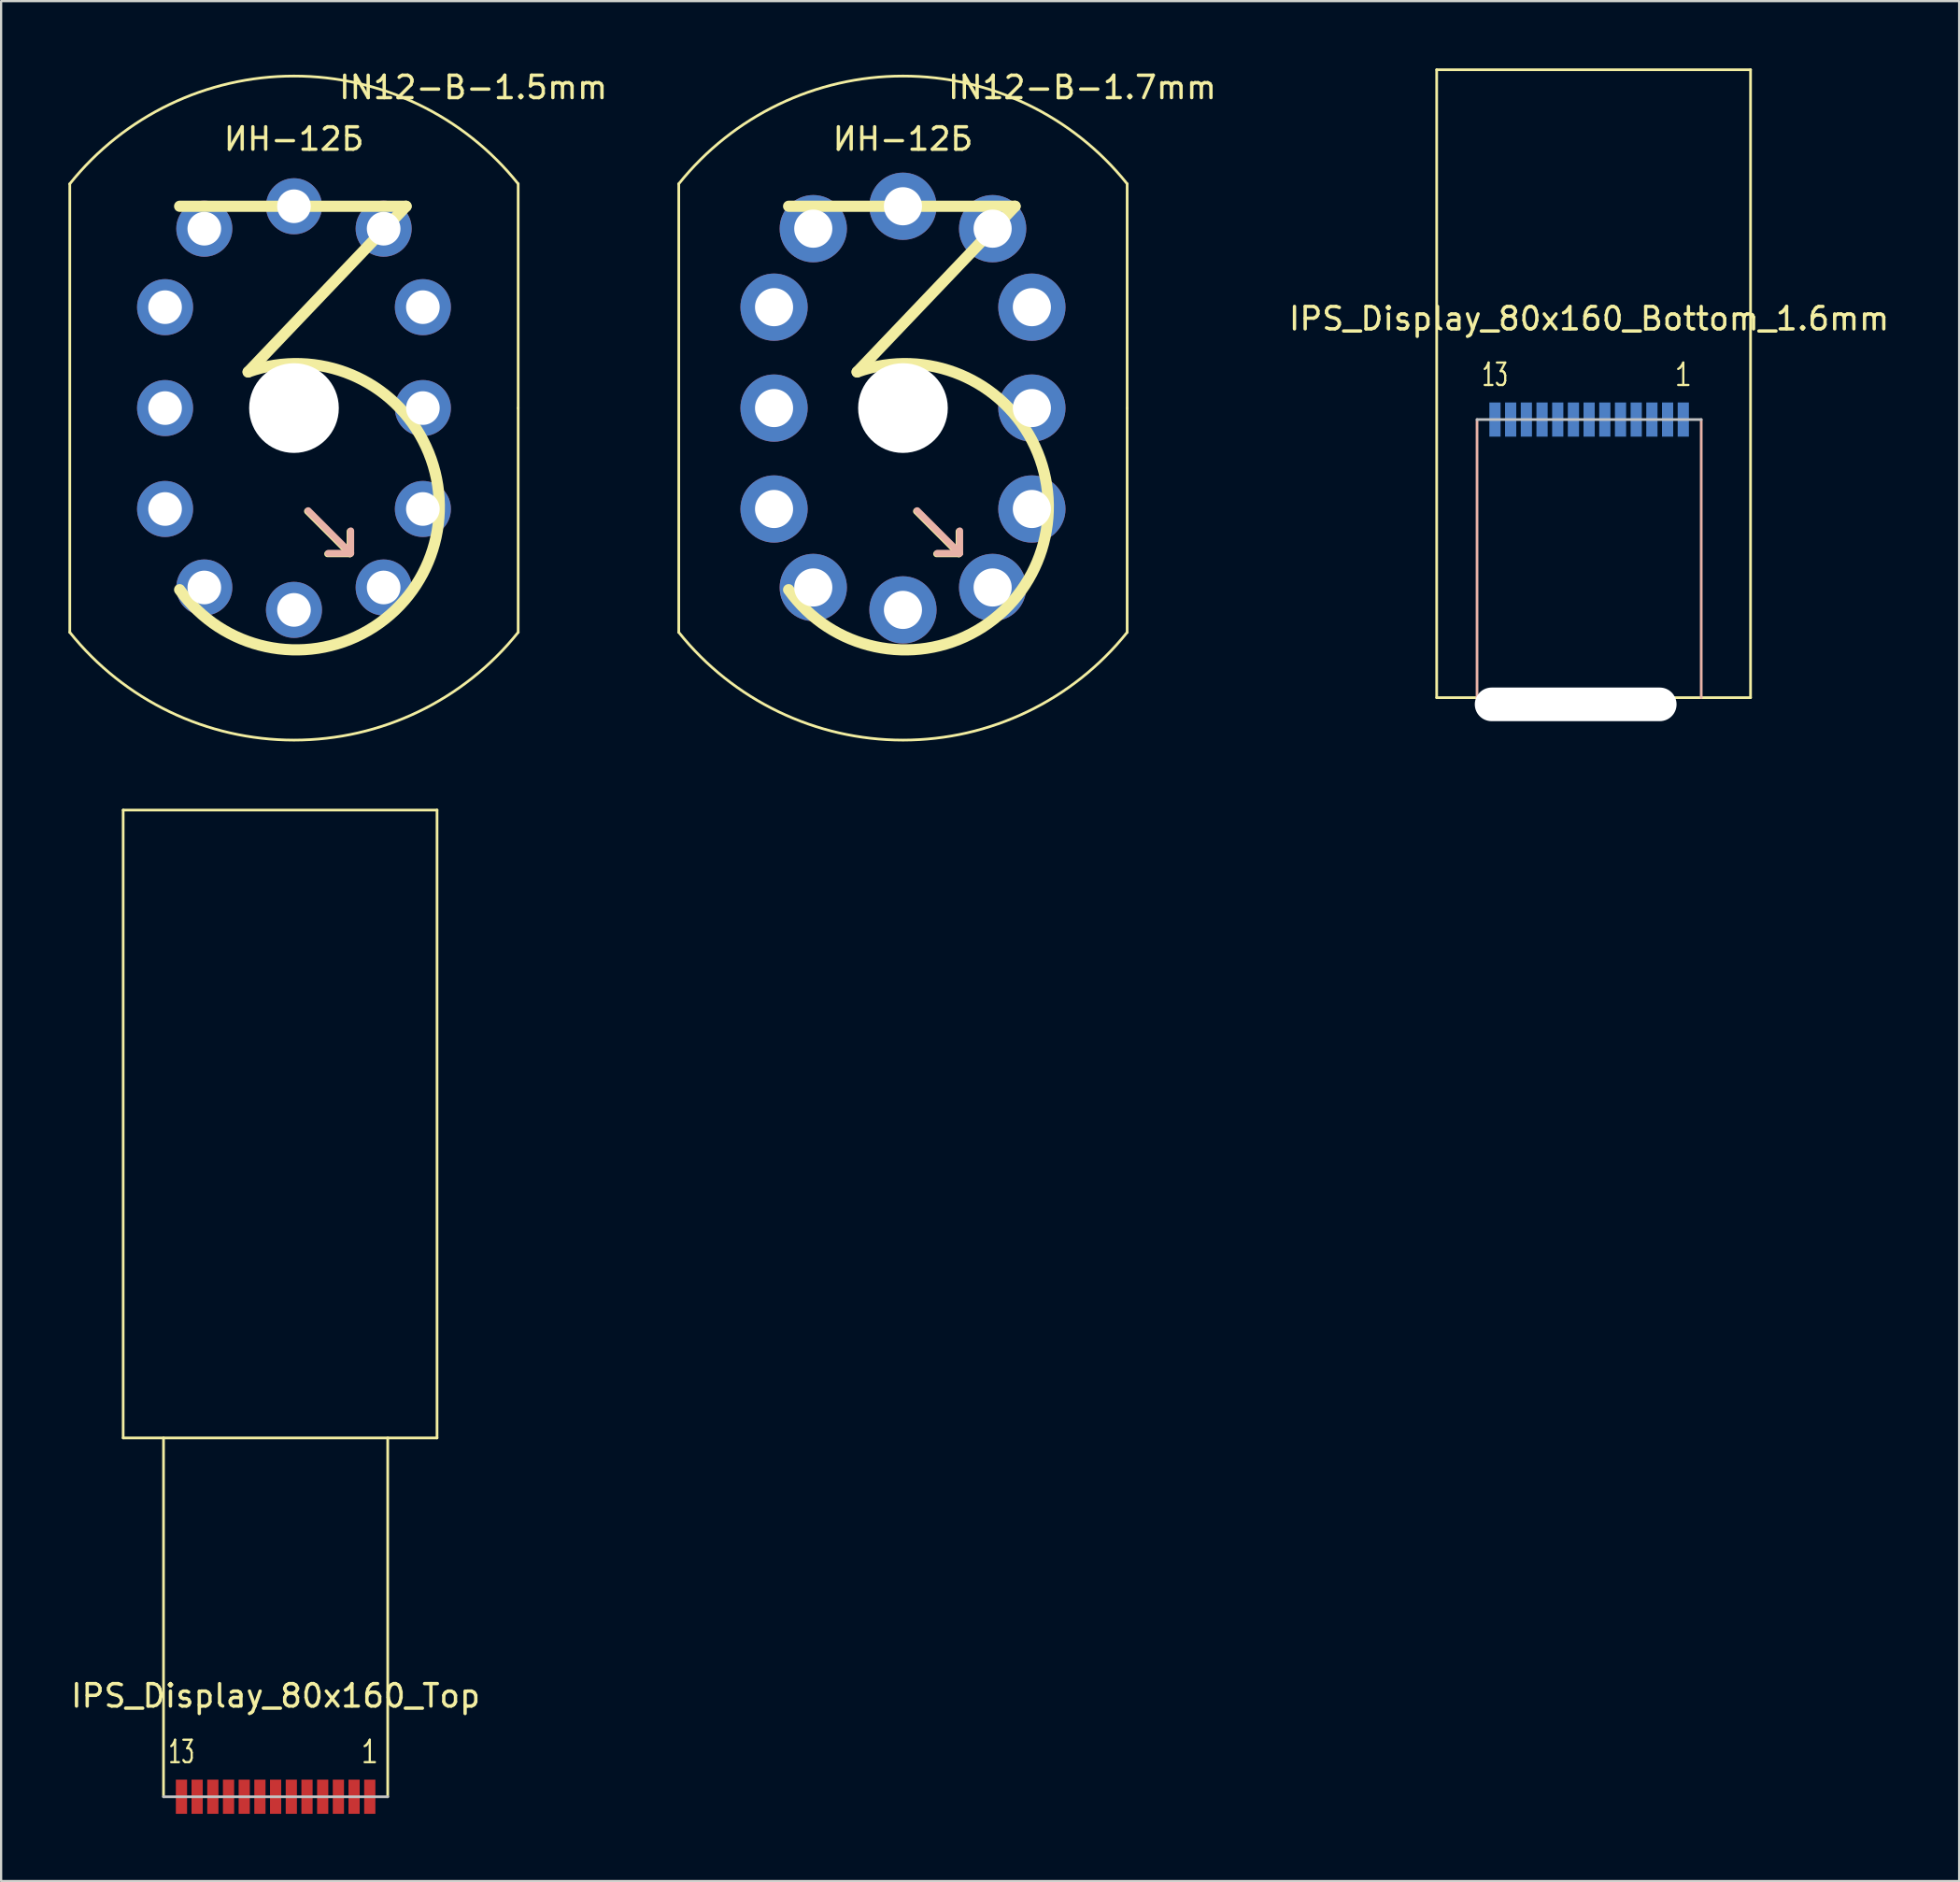
<source format=kicad_pcb>
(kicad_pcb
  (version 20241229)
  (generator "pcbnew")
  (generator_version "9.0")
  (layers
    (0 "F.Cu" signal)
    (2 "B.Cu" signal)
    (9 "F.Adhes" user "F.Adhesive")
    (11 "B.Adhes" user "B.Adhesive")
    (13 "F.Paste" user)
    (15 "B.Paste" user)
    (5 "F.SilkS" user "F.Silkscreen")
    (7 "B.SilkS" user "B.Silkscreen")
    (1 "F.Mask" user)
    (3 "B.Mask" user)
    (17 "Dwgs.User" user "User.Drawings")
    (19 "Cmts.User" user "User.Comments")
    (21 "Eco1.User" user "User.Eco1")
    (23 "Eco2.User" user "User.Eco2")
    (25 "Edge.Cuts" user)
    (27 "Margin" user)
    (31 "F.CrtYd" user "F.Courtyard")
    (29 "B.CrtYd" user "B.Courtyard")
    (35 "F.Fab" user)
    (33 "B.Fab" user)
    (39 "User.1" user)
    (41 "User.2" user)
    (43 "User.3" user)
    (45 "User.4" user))
  (footprint "IPS_Display_80x160_Bottom_1.6mm"
    (layer "F.Cu")
    (at 72.034 15.66)
    (property "Reference" "IPS_Display_80x160_Bottom_1.6mm" (at -4.2 -4.5 0) (layer "F.SilkS") (effects (font (size 1 1) (thickness 0.15))))
    (attr through_hole)
    (fp_line (start -11 -15.6) (end 3 -15.6) (stroke (width 0.12) (type solid)) (layer "F.SilkS"))
    (fp_line (start -11 12.4) (end -11 -15.6) (stroke (width 0.12) (type solid)) (layer "F.SilkS"))
    (fp_line (start -11 12.4) (end 3 12.4) (stroke (width 0.12) (type solid)) (layer "F.SilkS"))
    (fp_line (start 3 -15.6) (end 3 12.4) (stroke (width 0.12) (type solid)) (layer "F.SilkS"))
    (fp_line (start -9.2 12.4) (end -9.2 0) (stroke (width 0.12) (type solid)) (layer "B.SilkS"))
    (fp_line (start 0.8 0) (end 0.8 12.4) (stroke (width 0.12) (type solid)) (layer "B.SilkS"))
    (fp_line (start -9.2 0) (end 0.8 0) (stroke (width 0.12) (type solid)) (layer "Dwgs.User"))
    (fp_text user "13" (at -8.4 -2 0) (layer "F.SilkS") (effects (font (size 1 0.6) (thickness 0.1))))
    (fp_text user "1" (at 0 -2 0) (layer "F.SilkS") (effects (font (size 1 0.8) (thickness 0.1))))
    (pad "" np_thru_hole oval (at -4.8 12.7) (size 9 1.5) (drill oval 9 1.5) (layers "*.Cu" "*.Mask"))
    (pad "1" smd rect (at 0 0) (size 0.5 1.524) (layers "B.Cu" "B.Mask" "B.Paste"))
    (pad "2" smd rect (at -0.7 0) (size 0.5 1.524) (layers "B.Cu" "B.Mask" "B.Paste"))
    (pad "3" smd rect (at -1.4 0) (size 0.5 1.524) (layers "B.Cu" "B.Mask" "B.Paste"))
    (pad "4" smd rect (at -2.1 0) (size 0.5 1.524) (layers "B.Cu" "B.Mask" "B.Paste"))
    (pad "5" smd rect (at -2.8 0) (size 0.5 1.524) (layers "B.Cu" "B.Mask" "B.Paste"))
    (pad "6" smd rect (at -3.5 0) (size 0.5 1.524) (layers "B.Cu" "B.Mask" "B.Paste"))
    (pad "7" smd rect (at -4.2 0) (size 0.5 1.524) (layers "B.Cu" "B.Mask" "B.Paste"))
    (pad "8" smd rect (at -4.9 0) (size 0.5 1.524) (layers "B.Cu" "B.Mask" "B.Paste"))
    (pad "9" smd rect (at -5.6 0) (size 0.5 1.524) (layers "B.Cu" "B.Mask" "B.Paste"))
    (pad "10" smd rect (at -6.3 0) (size 0.5 1.524) (layers "B.Cu" "B.Mask" "B.Paste"))
    (pad "11" smd rect (at -7 0) (size 0.5 1.524) (layers "B.Cu" "B.Mask" "B.Paste"))
    (pad "12" smd rect (at -7.7 0) (size 0.5 1.524) (layers "B.Cu" "B.Mask" "B.Paste"))
    (pad "13" smd rect (at -8.4 0) (size 0.5 1.524) (layers "B.Cu" "B.Mask" "B.Paste")))
  (footprint "IN12-B-1.5mm"
    (layer "F.Cu")
    (at 10.063 15.148)
    (property "Reference" "IN12-B-1.5mm" (at 8 -14.3 0) (layer "F.SilkS") (effects (font (size 1 1) (thickness 0.15))))
    (attr through_hole)
    (fp_line (start -10 -10) (end -10 10) (stroke (width 0.12) (type solid)) (layer "F.SilkS"))
    (fp_line (start -5.1 -9) (end 5 -9) (stroke (width 0.5) (type solid)) (layer "F.SilkS"))
    (fp_line (start 2.5 6.5) (end 0.6 4.6) (stroke (width 0.3) (type solid)) (layer "F.SilkS"))
    (fp_line (start 2.5 6.5) (end 1.5 6.5) (stroke (width 0.3) (type solid)) (layer "F.SilkS"))
    (fp_line (start 2.5 6.5) (end 2.5 5.5) (stroke (width 0.3) (type solid)) (layer "F.SilkS"))
    (fp_line (start 5 -9) (end -2.044 -1.611) (stroke (width 0.5) (type solid)) (layer "F.SilkS"))
    (fp_line (start 10 0) (end 10 -10) (stroke (width 0.12) (type solid)) (layer "F.SilkS"))
    (fp_line (start 10 0) (end 10 10) (stroke (width 0.12) (type solid)) (layer "F.SilkS"))
    (fp_arc (start -10.002737 -9.996575) (mid -0.002192 -14.806247) (end 9.999999 -9.999999) (stroke (width 0.12) (type solid)) (layer "F.SilkS"))
    (fp_arc (start -2.044349 -1.610969) (mid 6.187741 6.315566) (end -5.099999 8.099999) (stroke (width 0.5) (type solid)) (layer "F.SilkS"))
    (fp_arc (start 10.002737 9.996575) (mid 0.002192 14.806247) (end -9.999999 9.999999) (stroke (width 0.12) (type solid)) (layer "F.SilkS"))
    (fp_line (start 2.535 6.472) (end 0.635 4.572) (stroke (width 0.3) (type solid)) (layer "B.SilkS"))
    (fp_line (start 2.535 6.472) (end 1.535 6.472) (stroke (width 0.3) (type solid)) (layer "B.SilkS"))
    (fp_line (start 2.535 6.472) (end 2.535 5.472) (stroke (width 0.3) (type solid)) (layer "B.SilkS"))
    (fp_text user "ИН-12Б" (at 0 -12 0) (layer "F.SilkS") (effects (font (size 1 1) (thickness 0.15))))
    (pad "" np_thru_hole circle (at 0 0) (size 4 4) (drill 4) (layers "*.Cu" "*.Mask"))
    (pad "1" thru_hole circle (at 4 8) (size 2.5 2.5) (drill 1.5) (layers "*.Cu" "*.Mask"))
    (pad "2" thru_hole circle (at 5.75 4.5) (size 2.5 2.5) (drill 1.5) (layers "*.Cu" "*.Mask"))
    (pad "3" thru_hole circle (at 5.75 0) (size 2.5 2.5) (drill 1.5) (layers "*.Cu" "*.Mask"))
    (pad "4" thru_hole circle (at 5.75 -4.5) (size 2.5 2.5) (drill 1.5) (layers "*.Cu" "*.Mask"))
    (pad "5" thru_hole circle (at 4 -8) (size 2.5 2.5) (drill 1.5) (layers "*.Cu" "*.Mask"))
    (pad "6" thru_hole circle (at 0 -9) (size 2.5 2.5) (drill 1.5) (layers "*.Cu" "*.Mask"))
    (pad "7" thru_hole circle (at -4 -8) (size 2.5 2.5) (drill 1.5) (layers "*.Cu" "*.Mask"))
    (pad "8" thru_hole circle (at -5.75 -4.5) (size 2.5 2.5) (drill 1.5) (layers "*.Cu" "*.Mask"))
    (pad "9" thru_hole circle (at -5.75 0) (size 2.5 2.5) (drill 1.5) (layers "*.Cu" "*.Mask"))
    (pad "10" thru_hole circle (at -5.75 4.5) (size 2.5 2.5) (drill 1.5) (layers "*.Cu" "*.Mask"))
    (pad "11" thru_hole circle (at -4 8) (size 2.5 2.5) (drill 1.5) (layers "*.Cu" "*.Mask"))
    (pad "12" thru_hole circle (at 0 9) (size 2.5 2.5) (drill 1.5) (layers "*.Cu" "*.Mask")))
  (footprint "IPS_Display_80x160_Top"
    (layer "F.Cu")
    (at 13.444 77.074)
    (property "Reference" "IPS_Display_80x160_Top" (at -4.2 -4.5 0) (layer "F.SilkS") (effects (font (size 1 1) (thickness 0.15))))
    (attr through_hole)
    (fp_line (start -11 -44) (end 3 -44) (stroke (width 0.12) (type solid)) (layer "F.SilkS"))
    (fp_line (start -11 -16) (end -11 -44) (stroke (width 0.12) (type solid)) (layer "F.SilkS"))
    (fp_line (start -11 -16) (end 3 -16) (stroke (width 0.12) (type solid)) (layer "F.SilkS"))
    (fp_line (start -9.2 -16) (end -9.2 0) (stroke (width 0.12) (type solid)) (layer "F.SilkS"))
    (fp_line (start 0.8 0) (end 0.8 -16) (stroke (width 0.12) (type solid)) (layer "F.SilkS"))
    (fp_line (start 3 -44) (end 3 -16) (stroke (width 0.12) (type solid)) (layer "F.SilkS"))
    (fp_line (start -9.2 0) (end 0.8 0) (stroke (width 0.12) (type solid)) (layer "Dwgs.User"))
    (fp_text user "13" (at -8.4 -2 0) (layer "F.SilkS") (effects (font (size 1 0.6) (thickness 0.1))))
    (fp_text user "1" (at 0 -2 0) (layer "F.SilkS") (effects (font (size 1 0.8) (thickness 0.1))))
    (pad "1" smd rect (at 0 0) (size 0.5 1.524) (layers "F.Cu" "F.Mask" "F.Paste"))
    (pad "2" smd rect (at -0.7 0) (size 0.5 1.524) (layers "F.Cu" "F.Mask" "F.Paste"))
    (pad "3" smd rect (at -1.4 0) (size 0.5 1.524) (layers "F.Cu" "F.Mask" "F.Paste"))
    (pad "4" smd rect (at -2.1 0) (size 0.5 1.524) (layers "F.Cu" "F.Mask" "F.Paste"))
    (pad "5" smd rect (at -2.8 0) (size 0.5 1.524) (layers "F.Cu" "F.Mask" "F.Paste"))
    (pad "6" smd rect (at -3.5 0) (size 0.5 1.524) (layers "F.Cu" "F.Mask" "F.Paste"))
    (pad "7" smd rect (at -4.2 0) (size 0.5 1.524) (layers "F.Cu" "F.Mask" "F.Paste"))
    (pad "8" smd rect (at -4.9 0) (size 0.5 1.524) (layers "F.Cu" "F.Mask" "F.Paste"))
    (pad "9" smd rect (at -5.6 0) (size 0.5 1.524) (layers "F.Cu" "F.Mask" "F.Paste"))
    (pad "10" smd rect (at -6.3 0) (size 0.5 1.524) (layers "F.Cu" "F.Mask" "F.Paste"))
    (pad "11" smd rect (at -7 0) (size 0.5 1.524) (layers "F.Cu" "F.Mask" "F.Paste"))
    (pad "12" smd rect (at -7.7 0) (size 0.5 1.524) (layers "F.Cu" "F.Mask" "F.Paste"))
    (pad "13" smd rect (at -8.4 0) (size 0.5 1.524) (layers "F.Cu" "F.Mask" "F.Paste")))
  (footprint "IN12-B-1.7mm"
    (layer "F.Cu")
    (at 37.227 15.148)
    (property "Reference" "IN12-B-1.7mm" (at 8 -14.3 0) (layer "F.SilkS") (effects (font (size 1 1) (thickness 0.15))))
    (attr through_hole)
    (fp_line (start -10 -10) (end -10 10) (stroke (width 0.12) (type solid)) (layer "F.SilkS"))
    (fp_line (start -5.1 -9) (end 5 -9) (stroke (width 0.5) (type solid)) (layer "F.SilkS"))
    (fp_line (start 2.5 6.5) (end 0.6 4.6) (stroke (width 0.3) (type solid)) (layer "F.SilkS"))
    (fp_line (start 2.5 6.5) (end 1.5 6.5) (stroke (width 0.3) (type solid)) (layer "F.SilkS"))
    (fp_line (start 2.5 6.5) (end 2.5 5.5) (stroke (width 0.3) (type solid)) (layer "F.SilkS"))
    (fp_line (start 5 -9) (end -2.044 -1.611) (stroke (width 0.5) (type solid)) (layer "F.SilkS"))
    (fp_line (start 10 0) (end 10 -10) (stroke (width 0.12) (type solid)) (layer "F.SilkS"))
    (fp_line (start 10 0) (end 10 10) (stroke (width 0.12) (type solid)) (layer "F.SilkS"))
    (fp_arc (start -10.002737 -9.996575) (mid -0.002192 -14.806247) (end 9.999999 -9.999999) (stroke (width 0.12) (type solid)) (layer "F.SilkS"))
    (fp_arc (start -2.044349 -1.610969) (mid 6.187741 6.315566) (end -5.099999 8.099999) (stroke (width 0.5) (type solid)) (layer "F.SilkS"))
    (fp_arc (start 10.002737 9.996575) (mid 0.002192 14.806247) (end -9.999999 9.999999) (stroke (width 0.12) (type solid)) (layer "F.SilkS"))
    (fp_line (start 2.535 6.472) (end 0.635 4.572) (stroke (width 0.3) (type solid)) (layer "B.SilkS"))
    (fp_line (start 2.535 6.472) (end 1.535 6.472) (stroke (width 0.3) (type solid)) (layer "B.SilkS"))
    (fp_line (start 2.535 6.472) (end 2.535 5.472) (stroke (width 0.3) (type solid)) (layer "B.SilkS"))
    (fp_text user "ИН-12Б" (at 0 -12 0) (layer "F.SilkS") (effects (font (size 1 1) (thickness 0.15))))
    (pad "" np_thru_hole circle (at 0 0) (size 4 4) (drill 4) (layers "*.Cu" "*.Mask"))
    (pad "1" thru_hole circle (at 4 8) (size 3 3) (drill 1.7) (layers "*.Cu" "*.Mask"))
    (pad "2" thru_hole circle (at 5.75 4.5) (size 3 3) (drill 1.7) (layers "*.Cu" "*.Mask"))
    (pad "3" thru_hole circle (at 5.75 0) (size 3 3) (drill 1.7) (layers "*.Cu" "*.Mask"))
    (pad "4" thru_hole circle (at 5.75 -4.5) (size 3 3) (drill 1.7) (layers "*.Cu" "*.Mask"))
    (pad "5" thru_hole circle (at 4 -8) (size 3 3) (drill 1.7) (layers "*.Cu" "*.Mask"))
    (pad "6" thru_hole circle (at 0 -9) (size 3 3) (drill 1.7) (layers "*.Cu" "*.Mask"))
    (pad "7" thru_hole circle (at -4 -8) (size 3 3) (drill 1.7) (layers "*.Cu" "*.Mask"))
    (pad "8" thru_hole circle (at -5.75 -4.5) (size 3 3) (drill 1.7) (layers "*.Cu" "*.Mask"))
    (pad "9" thru_hole circle (at -5.75 0) (size 3 3) (drill 1.7) (layers "*.Cu" "*.Mask"))
    (pad "10" thru_hole circle (at -5.75 4.5) (size 3 3) (drill 1.7) (layers "*.Cu" "*.Mask"))
    (pad "11" thru_hole circle (at -4 8) (size 3 3) (drill 1.7) (layers "*.Cu" "*.Mask"))
    (pad "12" thru_hole circle (at 0 9) (size 3 3) (drill 1.7) (layers "*.Cu" "*.Mask")))
  (gr_rect
    (start -3 -3)
    (end 84.34 80.836)
    (stroke (width 0.1) (type default))
    (fill no)
    (layer "Edge.Cuts")))
</source>
